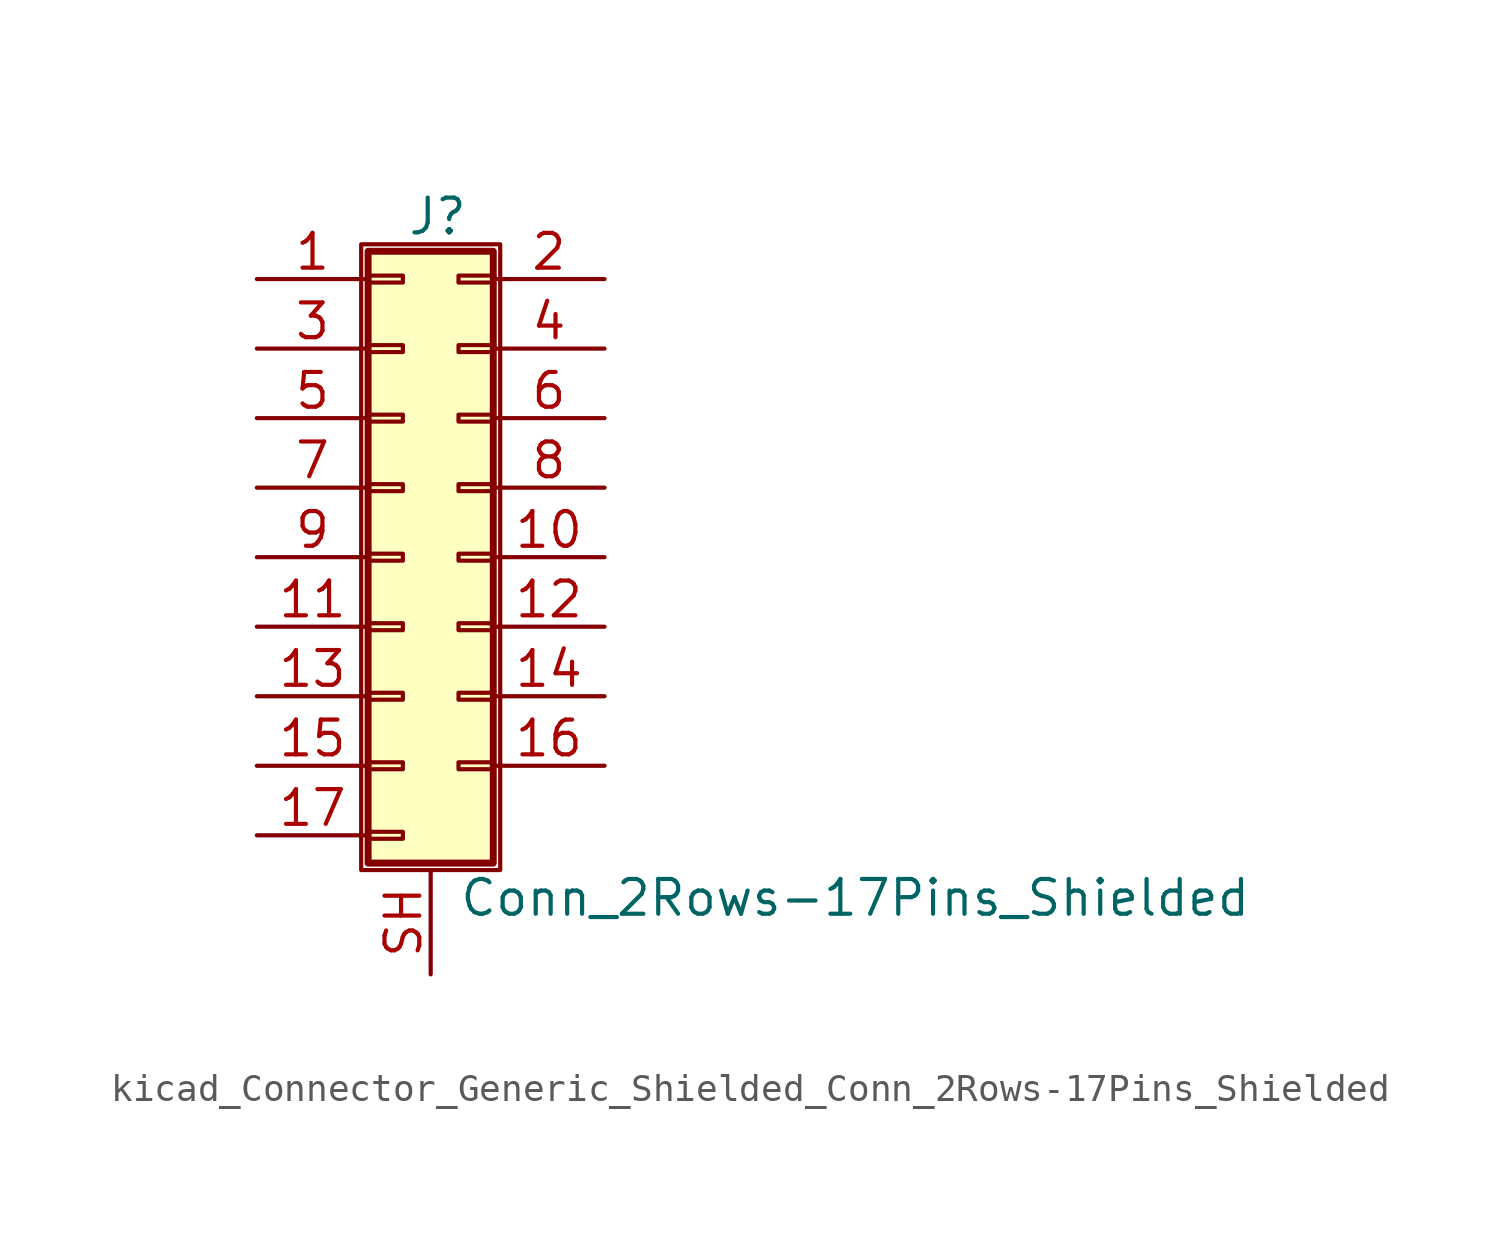
<source format=kicad_sym>
(kicad_symbol_lib
  (version 20220914)
  (generator kicad_symbol_editor)
  (symbol "kicad_Connector_Generic_Shielded_Conn_2Rows-17Pins_Shielded"
    (pin_names
      (offset 1.016) hide)
    (property "Reference" "J"
      (at 1.524 12.446 0)
      (effects (font (size 1.27 1.27))))
    (property "Value" "Conn_2Rows-17Pins_Shielded"
      (at 2.286 -12.446 0)
      (effects (font (size 1.27 1.27)) (justify left)))
    (symbol "kicad_Connector_Generic_Shielded_Conn_2Rows-17Pins_Shielded_1_1"
      (rectangle (start -1.27 11.43) (end 3.81 -11.43) (stroke (width 0.152) (type default)) (fill (type none)))
      (rectangle (start -1.016 -10.033) (end 0.254 -10.287) (stroke (width 0.152) (type default)) (fill (type none)))
      (rectangle (start -1.016 -7.493) (end 0.254 -7.747) (stroke (width 0.152) (type default)) (fill (type none)))
      (rectangle (start -1.016 -4.953) (end 0.254 -5.207) (stroke (width 0.152) (type default)) (fill (type none)))
      (rectangle (start -1.016 -2.413) (end 0.254 -2.667) (stroke (width 0.152) (type default)) (fill (type none)))
      (rectangle (start -1.016 0.127) (end 0.254 -0.127) (stroke (width 0.152) (type default)) (fill (type none)))
      (rectangle (start -1.016 2.667) (end 0.254 2.413) (stroke (width 0.152) (type default)) (fill (type none)))
      (rectangle (start -1.016 5.207) (end 0.254 4.953) (stroke (width 0.152) (type default)) (fill (type none)))
      (rectangle (start -1.016 7.747) (end 0.254 7.493) (stroke (width 0.152) (type default)) (fill (type none)))
      (rectangle (start -1.016 10.287) (end 0.254 10.033) (stroke (width 0.152) (type default)) (fill (type none)))
      (rectangle (start -1.016 11.176) (end 3.556 -11.176) (stroke (width 0.254) (type default)) (fill (type background)))
      (rectangle (start 3.556 -7.493) (end 2.286 -7.747) (stroke (width 0.152) (type default)) (fill (type none)))
      (rectangle (start 3.556 -4.953) (end 2.286 -5.207) (stroke (width 0.152) (type default)) (fill (type none)))
      (rectangle (start 3.556 -2.413) (end 2.286 -2.667) (stroke (width 0.152) (type default)) (fill (type none)))
      (rectangle (start 3.556 0.127) (end 2.286 -0.127) (stroke (width 0.152) (type default)) (fill (type none)))
      (rectangle (start 3.556 2.667) (end 2.286 2.413) (stroke (width 0.152) (type default)) (fill (type none)))
      (rectangle (start 3.556 5.207) (end 2.286 4.953) (stroke (width 0.152) (type default)) (fill (type none)))
      (rectangle (start 3.556 7.747) (end 2.286 7.493) (stroke (width 0.152) (type default)) (fill (type none)))
      (rectangle (start 3.556 10.287) (end 2.286 10.033) (stroke (width 0.152) (type default)) (fill (type none)))
      (pin passive line (at -5.08 10.16 0) (length 4.064) (name "Pin_1" (effects (font (size 1.27 1.27)))) (number "1" (effects (font (size 1.27 1.27)))))
      (pin passive line (at 7.62 0 180) (length 4.064) (name "Pin_10" (effects (font (size 1.27 1.27)))) (number "10" (effects (font (size 1.27 1.27)))))
      (pin passive line (at -5.08 -2.54 0) (length 4.064) (name "Pin_11" (effects (font (size 1.27 1.27)))) (number "11" (effects (font (size 1.27 1.27)))))
      (pin passive line (at 7.62 -2.54 180) (length 4.064) (name "Pin_12" (effects (font (size 1.27 1.27)))) (number "12" (effects (font (size 1.27 1.27)))))
      (pin passive line (at -5.08 -5.08 0) (length 4.064) (name "Pin_13" (effects (font (size 1.27 1.27)))) (number "13" (effects (font (size 1.27 1.27)))))
      (pin passive line (at 7.62 -5.08 180) (length 4.064) (name "Pin_14" (effects (font (size 1.27 1.27)))) (number "14" (effects (font (size 1.27 1.27)))))
      (pin passive line (at -5.08 -7.62 0) (length 4.064) (name "Pin_15" (effects (font (size 1.27 1.27)))) (number "15" (effects (font (size 1.27 1.27)))))
      (pin passive line (at 7.62 -7.62 180) (length 4.064) (name "Pin_16" (effects (font (size 1.27 1.27)))) (number "16" (effects (font (size 1.27 1.27)))))
      (pin passive line (at -5.08 -10.16 0) (length 4.064) (name "Pin_17" (effects (font (size 1.27 1.27)))) (number "17" (effects (font (size 1.27 1.27)))))
      (pin passive line (at 7.62 10.16 180) (length 4.064) (name "Pin_2" (effects (font (size 1.27 1.27)))) (number "2" (effects (font (size 1.27 1.27)))))
      (pin passive line (at -5.08 7.62 0) (length 4.064) (name "Pin_3" (effects (font (size 1.27 1.27)))) (number "3" (effects (font (size 1.27 1.27)))))
      (pin passive line (at 7.62 7.62 180) (length 4.064) (name "Pin_4" (effects (font (size 1.27 1.27)))) (number "4" (effects (font (size 1.27 1.27)))))
      (pin passive line (at -5.08 5.08 0) (length 4.064) (name "Pin_5" (effects (font (size 1.27 1.27)))) (number "5" (effects (font (size 1.27 1.27)))))
      (pin passive line (at 7.62 5.08 180) (length 4.064) (name "Pin_6" (effects (font (size 1.27 1.27)))) (number "6" (effects (font (size 1.27 1.27)))))
      (pin passive line (at -5.08 2.54 0) (length 4.064) (name "Pin_7" (effects (font (size 1.27 1.27)))) (number "7" (effects (font (size 1.27 1.27)))))
      (pin passive line (at 7.62 2.54 180) (length 4.064) (name "Pin_8" (effects (font (size 1.27 1.27)))) (number "8" (effects (font (size 1.27 1.27)))))
      (pin passive line (at -5.08 0 0) (length 4.064) (name "Pin_9" (effects (font (size 1.27 1.27)))) (number "9" (effects (font (size 1.27 1.27)))))
      (pin passive line (at 1.27 -15.24 90) (length 3.81) (name "Shield" (effects (font (size 1.27 1.27)))) (number "SH" (effects (font (size 1.27 1.27))))))))
</source>
